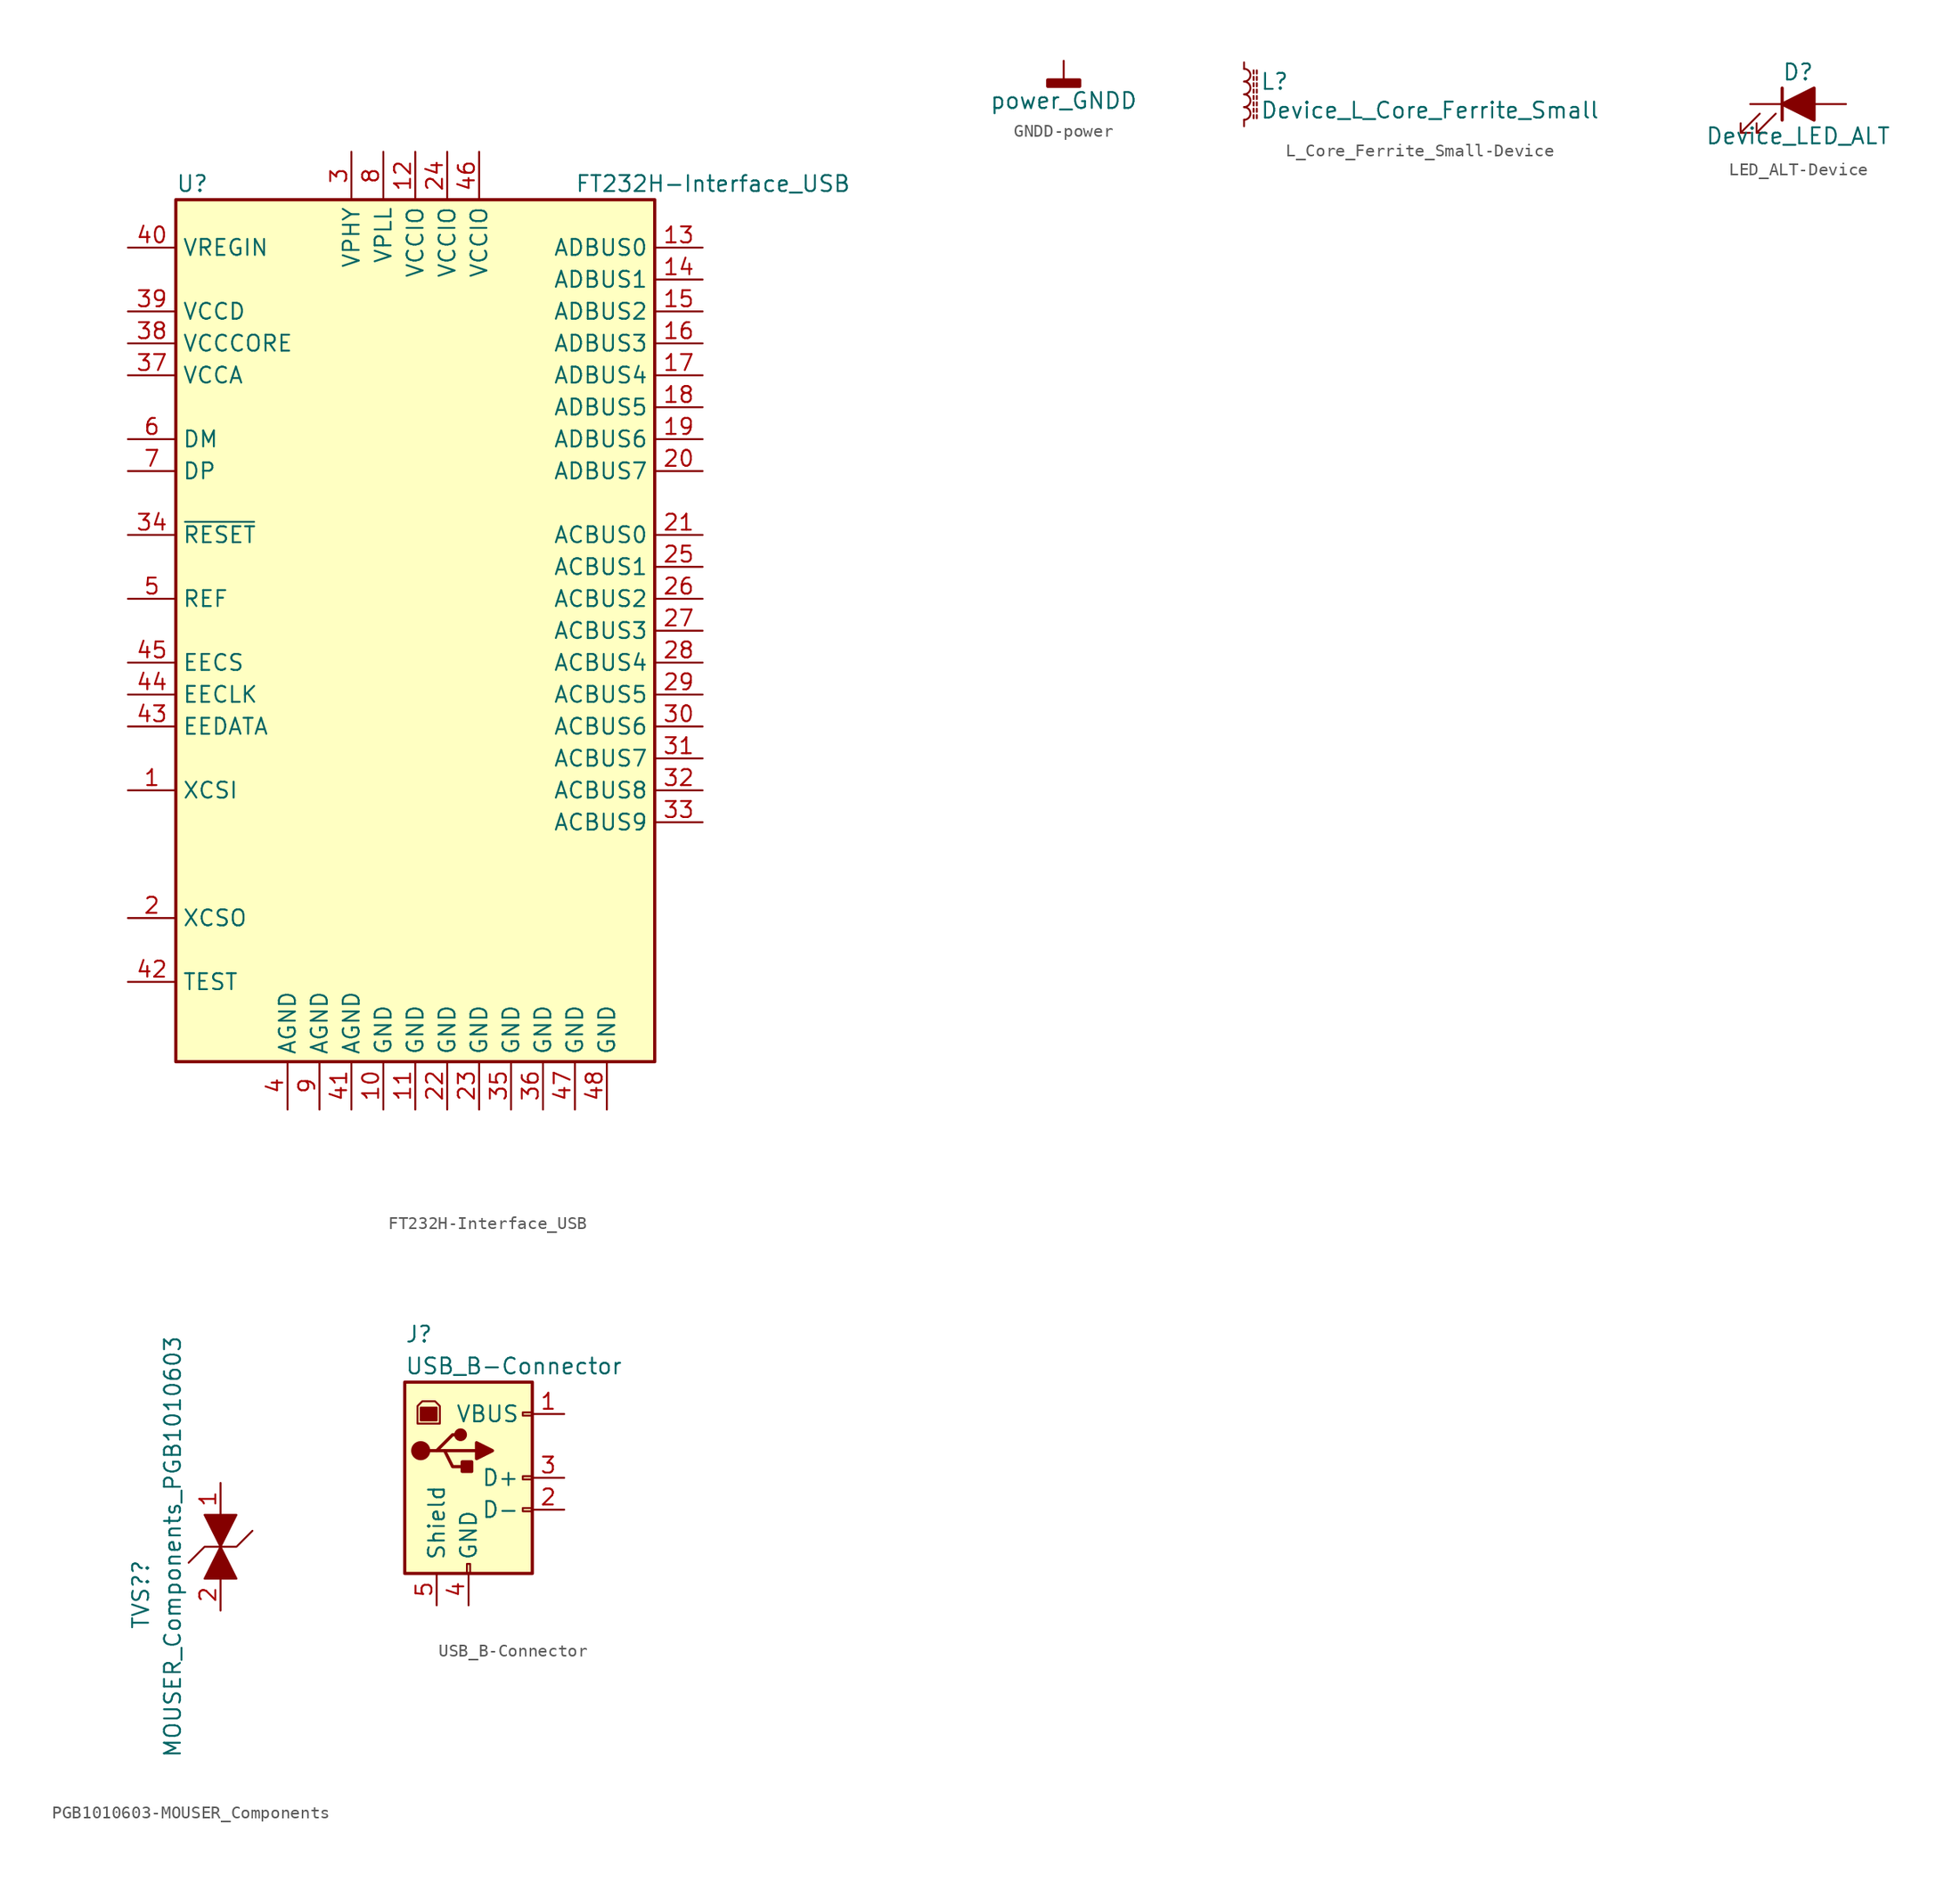
<source format=kicad_sym>
(kicad_symbol_lib
  (version 20231120)
  (generator "kicad_symbol_editor")
  (generator_version "8.0")
  (symbol "FT232H-Interface_USB"
    (property "Reference" "U"
      (at -19.05 35.56 0)
      (effects (font (size 1.27 1.27)) (justify left)))
    (property "Value" "FT232H-Interface_USB"
      (at 12.7 35.56 0)
      (effects (font (size 1.27 1.27)) (justify left)))
    (symbol "FT232H-Interface_USB_0_1"
      (rectangle (start -19.05 34.29) (end 19.05 -34.29) (stroke (width 0.254) (type solid)) (fill (type background))))
    (symbol "FT232H-Interface_USB_1_1"
      (pin input line (at -22.86 -12.7 0) (length 3.81) (name "XCSI" (effects (font (size 1.27 1.27)))) (number "1" (effects (font (size 1.27 1.27)))))
      (pin power_in line (at -2.54 -38.1 90) (length 3.81) (name "GND" (effects (font (size 1.27 1.27)))) (number "10" (effects (font (size 1.27 1.27)))))
      (pin power_in line (at 0 -38.1 90) (length 3.81) (name "GND" (effects (font (size 1.27 1.27)))) (number "11" (effects (font (size 1.27 1.27)))))
      (pin power_in line (at 0 38.1 270) (length 3.81) (name "VCCIO" (effects (font (size 1.27 1.27)))) (number "12" (effects (font (size 1.27 1.27)))))
      (pin bidirectional line (at 22.86 30.48 180) (length 3.81) (name "ADBUS0" (effects (font (size 1.27 1.27)))) (number "13" (effects (font (size 1.27 1.27)))))
      (pin bidirectional line (at 22.86 27.94 180) (length 3.81) (name "ADBUS1" (effects (font (size 1.27 1.27)))) (number "14" (effects (font (size 1.27 1.27)))))
      (pin bidirectional line (at 22.86 25.4 180) (length 3.81) (name "ADBUS2" (effects (font (size 1.27 1.27)))) (number "15" (effects (font (size 1.27 1.27)))))
      (pin bidirectional line (at 22.86 22.86 180) (length 3.81) (name "ADBUS3" (effects (font (size 1.27 1.27)))) (number "16" (effects (font (size 1.27 1.27)))))
      (pin bidirectional line (at 22.86 20.32 180) (length 3.81) (name "ADBUS4" (effects (font (size 1.27 1.27)))) (number "17" (effects (font (size 1.27 1.27)))))
      (pin bidirectional line (at 22.86 17.78 180) (length 3.81) (name "ADBUS5" (effects (font (size 1.27 1.27)))) (number "18" (effects (font (size 1.27 1.27)))))
      (pin bidirectional line (at 22.86 15.24 180) (length 3.81) (name "ADBUS6" (effects (font (size 1.27 1.27)))) (number "19" (effects (font (size 1.27 1.27)))))
      (pin output line (at -22.86 -22.86 0) (length 3.81) (name "XCSO" (effects (font (size 1.27 1.27)))) (number "2" (effects (font (size 1.27 1.27)))))
      (pin bidirectional line (at 22.86 12.7 180) (length 3.81) (name "ADBUS7" (effects (font (size 1.27 1.27)))) (number "20" (effects (font (size 1.27 1.27)))))
      (pin bidirectional line (at 22.86 7.62 180) (length 3.81) (name "ACBUS0" (effects (font (size 1.27 1.27)))) (number "21" (effects (font (size 1.27 1.27)))))
      (pin power_in line (at 2.54 -38.1 90) (length 3.81) (name "GND" (effects (font (size 1.27 1.27)))) (number "22" (effects (font (size 1.27 1.27)))))
      (pin power_in line (at 5.08 -38.1 90) (length 3.81) (name "GND" (effects (font (size 1.27 1.27)))) (number "23" (effects (font (size 1.27 1.27)))))
      (pin power_in line (at 2.54 38.1 270) (length 3.81) (name "VCCIO" (effects (font (size 1.27 1.27)))) (number "24" (effects (font (size 1.27 1.27)))))
      (pin bidirectional line (at 22.86 5.08 180) (length 3.81) (name "ACBUS1" (effects (font (size 1.27 1.27)))) (number "25" (effects (font (size 1.27 1.27)))))
      (pin bidirectional line (at 22.86 2.54 180) (length 3.81) (name "ACBUS2" (effects (font (size 1.27 1.27)))) (number "26" (effects (font (size 1.27 1.27)))))
      (pin bidirectional line (at 22.86 0 180) (length 3.81) (name "ACBUS3" (effects (font (size 1.27 1.27)))) (number "27" (effects (font (size 1.27 1.27)))))
      (pin bidirectional line (at 22.86 -2.54 180) (length 3.81) (name "ACBUS4" (effects (font (size 1.27 1.27)))) (number "28" (effects (font (size 1.27 1.27)))))
      (pin bidirectional line (at 22.86 -5.08 180) (length 3.81) (name "ACBUS5" (effects (font (size 1.27 1.27)))) (number "29" (effects (font (size 1.27 1.27)))))
      (pin power_in line (at -5.08 38.1 270) (length 3.81) (name "VPHY" (effects (font (size 1.27 1.27)))) (number "3" (effects (font (size 1.27 1.27)))))
      (pin bidirectional line (at 22.86 -7.62 180) (length 3.81) (name "ACBUS6" (effects (font (size 1.27 1.27)))) (number "30" (effects (font (size 1.27 1.27)))))
      (pin bidirectional line (at 22.86 -10.16 180) (length 3.81) (name "ACBUS7" (effects (font (size 1.27 1.27)))) (number "31" (effects (font (size 1.27 1.27)))))
      (pin bidirectional line (at 22.86 -12.7 180) (length 3.81) (name "ACBUS8" (effects (font (size 1.27 1.27)))) (number "32" (effects (font (size 1.27 1.27)))))
      (pin bidirectional line (at 22.86 -15.24 180) (length 3.81) (name "ACBUS9" (effects (font (size 1.27 1.27)))) (number "33" (effects (font (size 1.27 1.27)))))
      (pin input line (at -22.86 7.62 0) (length 3.81) (name "~{RESET}" (effects (font (size 1.27 1.27)))) (number "34" (effects (font (size 1.27 1.27)))))
      (pin power_in line (at 7.62 -38.1 90) (length 3.81) (name "GND" (effects (font (size 1.27 1.27)))) (number "35" (effects (font (size 1.27 1.27)))))
      (pin power_in line (at 10.16 -38.1 90) (length 3.81) (name "GND" (effects (font (size 1.27 1.27)))) (number "36" (effects (font (size 1.27 1.27)))))
      (pin power_out line (at -22.86 20.32 0) (length 3.81) (name "VCCA" (effects (font (size 1.27 1.27)))) (number "37" (effects (font (size 1.27 1.27)))))
      (pin power_out line (at -22.86 22.86 0) (length 3.81) (name "VCCCORE" (effects (font (size 1.27 1.27)))) (number "38" (effects (font (size 1.27 1.27)))))
      (pin power_in line (at -22.86 25.4 0) (length 3.81) (name "VCCD" (effects (font (size 1.27 1.27)))) (number "39" (effects (font (size 1.27 1.27)))))
      (pin power_in line (at -10.16 -38.1 90) (length 3.81) (name "AGND" (effects (font (size 1.27 1.27)))) (number "4" (effects (font (size 1.27 1.27)))))
      (pin power_in line (at -22.86 30.48 0) (length 3.81) (name "VREGIN" (effects (font (size 1.27 1.27)))) (number "40" (effects (font (size 1.27 1.27)))))
      (pin power_in line (at -5.08 -38.1 90) (length 3.81) (name "AGND" (effects (font (size 1.27 1.27)))) (number "41" (effects (font (size 1.27 1.27)))))
      (pin input line (at -22.86 -27.94 0) (length 3.81) (name "TEST" (effects (font (size 1.27 1.27)))) (number "42" (effects (font (size 1.27 1.27)))))
      (pin bidirectional line (at -22.86 -7.62 0) (length 3.81) (name "EEDATA" (effects (font (size 1.27 1.27)))) (number "43" (effects (font (size 1.27 1.27)))))
      (pin output line (at -22.86 -5.08 0) (length 3.81) (name "EECLK" (effects (font (size 1.27 1.27)))) (number "44" (effects (font (size 1.27 1.27)))))
      (pin bidirectional line (at -22.86 -2.54 0) (length 3.81) (name "EECS" (effects (font (size 1.27 1.27)))) (number "45" (effects (font (size 1.27 1.27)))))
      (pin power_in line (at 5.08 38.1 270) (length 3.81) (name "VCCIO" (effects (font (size 1.27 1.27)))) (number "46" (effects (font (size 1.27 1.27)))))
      (pin power_in line (at 12.7 -38.1 90) (length 3.81) (name "GND" (effects (font (size 1.27 1.27)))) (number "47" (effects (font (size 1.27 1.27)))))
      (pin power_in line (at 15.24 -38.1 90) (length 3.81) (name "GND" (effects (font (size 1.27 1.27)))) (number "48" (effects (font (size 1.27 1.27)))))
      (pin input line (at -22.86 2.54 0) (length 3.81) (name "REF" (effects (font (size 1.27 1.27)))) (number "5" (effects (font (size 1.27 1.27)))))
      (pin bidirectional line (at -22.86 15.24 0) (length 3.81) (name "DM" (effects (font (size 1.27 1.27)))) (number "6" (effects (font (size 1.27 1.27)))))
      (pin bidirectional line (at -22.86 12.7 0) (length 3.81) (name "DP" (effects (font (size 1.27 1.27)))) (number "7" (effects (font (size 1.27 1.27)))))
      (pin power_in line (at -2.54 38.1 270) (length 3.81) (name "VPLL" (effects (font (size 1.27 1.27)))) (number "8" (effects (font (size 1.27 1.27)))))
      (pin power_in line (at -7.62 -38.1 90) (length 3.81) (name "AGND" (effects (font (size 1.27 1.27)))) (number "9" (effects (font (size 1.27 1.27)))))))
  (symbol "GNDD-power"
    (power)
    (pin_names
      (offset 0))
    (property "Reference" "#PWR"
      (at 0 -6.35 0)
      (effects (font (size 1.27 1.27)) (hide yes)))
    (property "Value" "power_GNDD"
      (at 0 -3.175 0)
      (effects (font (size 1.27 1.27))))
    (symbol "GNDD-power_0_1"
      (rectangle (start -1.27 -1.524) (end 1.27 -2.032) (stroke (width 0.254) (type solid)) (fill (type outline)))
      (polyline (pts (xy 0 0) (xy 0 -1.524)) (stroke (width 0) (type solid)) (fill (type none))))
    (symbol "GNDD-power_1_1"
      (pin power_in line (at 0 0 270) (length 0) hide (name "GNDD" (effects (font (size 1.27 1.27)))) (number "1" (effects (font (size 1.27 1.27)))))))
  (symbol "L_Core_Ferrite_Small-Device"
    (pin_numbers hide)
    (pin_names
      (offset 0.254) hide)
    (property "Reference" "L"
      (at 1.27 1.016 0)
      (effects (font (size 1.27 1.27)) (justify left)))
    (property "Value" "Device_L_Core_Ferrite_Small"
      (at 1.27 -1.27 0)
      (effects (font (size 1.27 1.27)) (justify left)))
    (symbol "L_Core_Ferrite_Small-Device_0_1"
      (arc (start 0 -2.032) (mid 0.508 -1.524) (end 0 -1.016) (stroke (width 0) (type solid)) (fill (type none)))
      (arc (start 0 -1.016) (mid 0.508 -0.508) (end 0 0) (stroke (width 0) (type solid)) (fill (type none)))
      (polyline (pts (xy 0.762 -1.905) (xy 0.762 -1.651)) (stroke (width 0) (type solid)) (fill (type none)))
      (polyline (pts (xy 0.762 -1.397) (xy 0.762 -1.143)) (stroke (width 0) (type solid)) (fill (type none)))
      (polyline (pts (xy 0.762 -0.889) (xy 0.762 -0.635)) (stroke (width 0) (type solid)) (fill (type none)))
      (polyline (pts (xy 0.762 -0.381) (xy 0.762 -0.127)) (stroke (width 0) (type solid)) (fill (type none)))
      (polyline (pts (xy 0.762 0.127) (xy 0.762 0.381)) (stroke (width 0) (type solid)) (fill (type none)))
      (polyline (pts (xy 0.762 0.635) (xy 0.762 0.889)) (stroke (width 0) (type solid)) (fill (type none)))
      (polyline (pts (xy 0.762 1.143) (xy 0.762 1.397)) (stroke (width 0) (type solid)) (fill (type none)))
      (polyline (pts (xy 0.762 1.651) (xy 0.762 1.905)) (stroke (width 0) (type solid)) (fill (type none)))
      (polyline (pts (xy 1.016 -1.651) (xy 1.016 -1.905)) (stroke (width 0) (type solid)) (fill (type none)))
      (polyline (pts (xy 1.016 -1.143) (xy 1.016 -1.397)) (stroke (width 0) (type solid)) (fill (type none)))
      (polyline (pts (xy 1.016 -0.635) (xy 1.016 -0.889)) (stroke (width 0) (type solid)) (fill (type none)))
      (polyline (pts (xy 1.016 -0.127) (xy 1.016 -0.381)) (stroke (width 0) (type solid)) (fill (type none)))
      (polyline (pts (xy 1.016 0.381) (xy 1.016 0.127)) (stroke (width 0) (type solid)) (fill (type none)))
      (polyline (pts (xy 1.016 0.889) (xy 1.016 0.635)) (stroke (width 0) (type solid)) (fill (type none)))
      (polyline (pts (xy 1.016 1.397) (xy 1.016 1.143)) (stroke (width 0) (type solid)) (fill (type none)))
      (polyline (pts (xy 1.016 1.905) (xy 1.016 1.651)) (stroke (width 0) (type solid)) (fill (type none)))
      (arc (start 0 0) (mid 0.508 0.508) (end 0 1.016) (stroke (width 0) (type solid)) (fill (type none)))
      (arc (start 0 1.016) (mid 0.508 1.524) (end 0 2.032) (stroke (width 0) (type solid)) (fill (type none))))
    (symbol "L_Core_Ferrite_Small-Device_1_1"
      (pin passive line (at 0 2.54 270) (length 0.508) (name "~" (effects (font (size 1.27 1.27)))) (number "1" (effects (font (size 1.27 1.27)))))
      (pin passive line (at 0 -2.54 90) (length 0.508) (name "~" (effects (font (size 1.27 1.27)))) (number "2" (effects (font (size 1.27 1.27)))))))
  (symbol "LED_ALT-Device"
    (pin_numbers hide)
    (pin_names
      (offset 1.016) hide)
    (property "Reference" "D"
      (at 0 2.54 0)
      (effects (font (size 1.27 1.27))))
    (property "Value" "Device_LED_ALT"
      (at 0 -2.54 0)
      (effects (font (size 1.27 1.27))))
    (symbol "LED_ALT-Device_0_1"
      (polyline (pts (xy -1.27 -1.27) (xy -1.27 1.27)) (stroke (width 0.254) (type solid)) (fill (type none)))
      (polyline (pts (xy -1.27 0) (xy 1.27 0)) (stroke (width 0) (type solid)) (fill (type none)))
      (polyline (pts (xy 1.27 -1.27) (xy 1.27 1.27) (xy -1.27 0) (xy 1.27 -1.27)) (stroke (width 0.254) (type solid)) (fill (type outline)))
      (polyline (pts (xy -3.048 -0.762) (xy -4.572 -2.286) (xy -3.81 -2.286) (xy -4.572 -2.286) (xy -4.572 -1.524)) (stroke (width 0) (type solid)) (fill (type none)))
      (polyline (pts (xy -1.778 -0.762) (xy -3.302 -2.286) (xy -2.54 -2.286) (xy -3.302 -2.286) (xy -3.302 -1.524)) (stroke (width 0) (type solid)) (fill (type none))))
    (symbol "LED_ALT-Device_1_1"
      (pin passive line (at -3.81 0 0) (length 2.54) (name "K" (effects (font (size 1.27 1.27)))) (number "1" (effects (font (size 1.27 1.27)))))
      (pin passive line (at 3.81 0 180) (length 2.54) (name "A" (effects (font (size 1.27 1.27)))) (number "2" (effects (font (size 1.27 1.27)))))))
  (symbol "PGB1010603-MOUSER_Components"
    (pin_names
      (offset 1.016))
    (property "Reference" "TVS?"
      (at -6.35 -3.81 90)
      (effects (font (size 1.27 1.27))))
    (property "Value" "MOUSER_Components_PGB1010603"
      (at -3.81 0 90)
      (effects (font (size 1.27 1.27))))
    (symbol "PGB1010603-MOUSER_Components_0_0"
      (pin input line (at 0 5.08 270) (length 2.54) (name "~" (effects (font (size 1.27 1.27)))) (number "1" (effects (font (size 1.27 1.27)))))
      (pin input line (at 0 -5.08 90) (length 2.54) (name "~" (effects (font (size 1.27 1.27)))) (number "2" (effects (font (size 1.27 1.27))))))
    (symbol "PGB1010603-MOUSER_Components_0_1"
      (polyline (pts (xy -2.54 -1.27) (xy -1.27 0) (xy 1.27 0) (xy 2.54 1.27)) (stroke (width 0) (type solid)) (fill (type none)))
      (polyline (pts (xy -1.27 2.54) (xy 1.27 2.54) (xy 0 0) (xy -1.27 2.54)) (stroke (width 0) (type solid)) (fill (type outline)))
      (polyline (pts (xy 0 0) (xy -1.27 -2.54) (xy 1.27 -2.54) (xy 0 0)) (stroke (width 0) (type solid)) (fill (type outline)))))
  (symbol "USB_B-Connector"
    (pin_names
      (offset 1.016))
    (property "Reference" "J"
      (at -5.08 11.43 0)
      (effects (font (size 1.27 1.27)) (justify left)))
    (property "Value" "USB_B-Connector"
      (at -5.08 8.89 0)
      (effects (font (size 1.27 1.27)) (justify left)))
    (symbol "USB_B-Connector_0_1"
      (rectangle (start -5.08 -7.62) (end 5.08 7.62) (stroke (width 0.254) (type solid)) (fill (type background)))
      (circle (center -3.81 2.159) (radius 0.635) (stroke (width 0.254) (type solid)) (fill (type outline)))
      (rectangle (start -3.81 5.588) (end -2.54 4.572) (stroke (width 0) (type solid)) (fill (type outline)))
      (circle (center -0.635 3.429) (radius 0.381) (stroke (width 0.254) (type solid)) (fill (type outline)))
      (rectangle (start -0.127 -7.62) (end 0.127 -6.858) (stroke (width 0) (type solid)) (fill (type none)))
      (polyline (pts (xy -1.905 2.159) (xy 0.635 2.159)) (stroke (width 0.254) (type solid)) (fill (type none)))
      (polyline (pts (xy -3.175 2.159) (xy -2.54 2.159) (xy -1.27 3.429) (xy -0.635 3.429)) (stroke (width 0.254) (type solid)) (fill (type none)))
      (polyline (pts (xy -2.54 2.159) (xy -1.905 2.159) (xy -1.27 0.889) (xy 0 0.889)) (stroke (width 0.254) (type solid)) (fill (type none)))
      (polyline (pts (xy 0.635 2.794) (xy 0.635 1.524) (xy 1.905 2.159) (xy 0.635 2.794)) (stroke (width 0.254) (type solid)) (fill (type outline)))
      (polyline (pts (xy -4.064 4.318) (xy -2.286 4.318) (xy -2.286 5.715) (xy -2.667 6.096) (xy -3.683 6.096) (xy -4.064 5.715) (xy -4.064 4.318)) (stroke (width 0) (type solid)) (fill (type none)))
      (rectangle (start 0.254 1.27) (end -0.508 0.508) (stroke (width 0.254) (type solid)) (fill (type outline)))
      (rectangle (start 5.08 -2.667) (end 4.318 -2.413) (stroke (width 0) (type solid)) (fill (type none)))
      (rectangle (start 5.08 -0.127) (end 4.318 0.127) (stroke (width 0) (type solid)) (fill (type none)))
      (rectangle (start 5.08 4.953) (end 4.318 5.207) (stroke (width 0) (type solid)) (fill (type none))))
    (symbol "USB_B-Connector_1_1"
      (pin power_out line (at 7.62 5.08 180) (length 2.54) (name "VBUS" (effects (font (size 1.27 1.27)))) (number "1" (effects (font (size 1.27 1.27)))))
      (pin passive line (at 7.62 -2.54 180) (length 2.54) (name "D-" (effects (font (size 1.27 1.27)))) (number "2" (effects (font (size 1.27 1.27)))))
      (pin passive line (at 7.62 0 180) (length 2.54) (name "D+" (effects (font (size 1.27 1.27)))) (number "3" (effects (font (size 1.27 1.27)))))
      (pin power_out line (at 0 -10.16 90) (length 2.54) (name "GND" (effects (font (size 1.27 1.27)))) (number "4" (effects (font (size 1.27 1.27)))))
      (pin passive line (at -2.54 -10.16 90) (length 2.54) (name "Shield" (effects (font (size 1.27 1.27)))) (number "5" (effects (font (size 1.27 1.27))))))))
</source>
